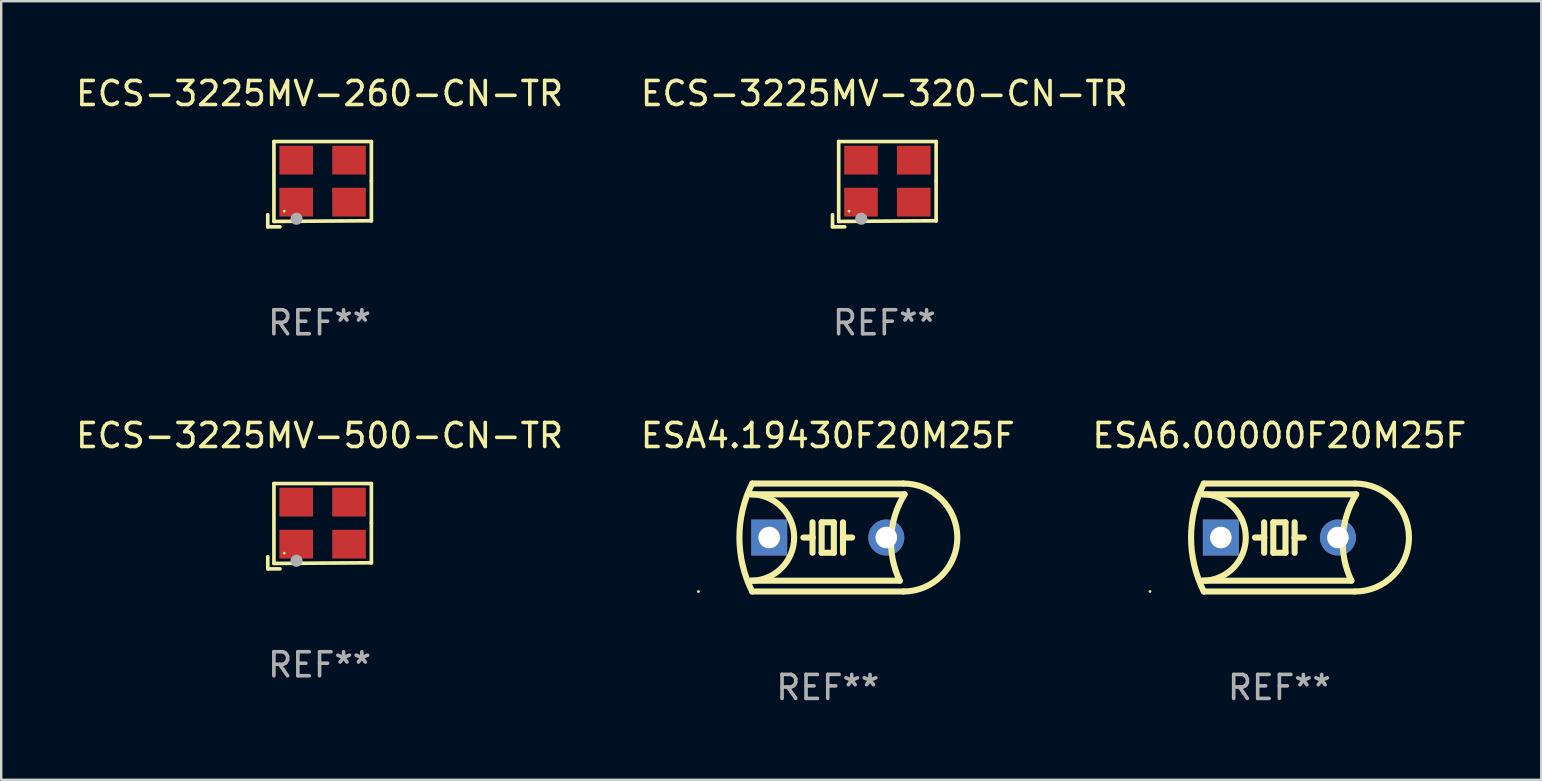
<source format=kicad_pcb>
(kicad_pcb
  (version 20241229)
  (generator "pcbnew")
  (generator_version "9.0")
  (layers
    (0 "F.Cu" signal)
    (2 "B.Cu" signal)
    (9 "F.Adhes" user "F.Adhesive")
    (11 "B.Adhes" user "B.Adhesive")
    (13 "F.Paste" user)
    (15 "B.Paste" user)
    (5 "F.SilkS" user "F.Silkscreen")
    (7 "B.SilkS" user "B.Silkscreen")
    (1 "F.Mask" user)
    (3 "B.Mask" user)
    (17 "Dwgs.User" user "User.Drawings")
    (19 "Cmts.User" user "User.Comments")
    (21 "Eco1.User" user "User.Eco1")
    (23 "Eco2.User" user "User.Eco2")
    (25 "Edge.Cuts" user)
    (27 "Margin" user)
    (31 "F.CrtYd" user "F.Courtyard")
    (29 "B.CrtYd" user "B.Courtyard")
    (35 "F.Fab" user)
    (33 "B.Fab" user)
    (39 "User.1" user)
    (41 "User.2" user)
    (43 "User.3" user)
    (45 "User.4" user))
  (footprint "ESA4.19430F20M25F"
    (layer "F.Cu")
    (at 31.446 19.351)
    (property "Reference" "ESA4.19430F20M25F" (at 0 -4.25 0) (layer "F.SilkS") (effects (font (size 1 1) (thickness 0.15))))
    (attr through_hole)
    (fp_line (start -3.2 -1.8) (end 3.2 -1.8) (stroke (width 0.254) (type solid)) (layer "F.SilkS"))
    (fp_line (start -3.15 2.25) (end 3.15 2.25) (stroke (width 0.254) (type solid)) (layer "F.SilkS"))
    (fp_line (start -0.635 -0.635) (end -0.635 0) (stroke (width 0.254) (type solid)) (layer "F.SilkS"))
    (fp_line (start -0.635 0) (end -1.016 0) (stroke (width 0.254) (type solid)) (layer "F.SilkS"))
    (fp_line (start -0.635 0) (end -0.635 0.635) (stroke (width 0.254) (type solid)) (layer "F.SilkS"))
    (fp_line (start -0.254 -0.635) (end -0.254 0.635) (stroke (width 0.254) (type solid)) (layer "F.SilkS"))
    (fp_line (start -0.254 0.635) (end 0.254 0.635) (stroke (width 0.254) (type solid)) (layer "F.SilkS"))
    (fp_line (start 0.254 -0.635) (end -0.254 -0.635) (stroke (width 0.254) (type solid)) (layer "F.SilkS"))
    (fp_line (start 0.254 0.635) (end 0.254 -0.635) (stroke (width 0.254) (type solid)) (layer "F.SilkS"))
    (fp_line (start 0.635 -0.635) (end 0.635 0) (stroke (width 0.254) (type solid)) (layer "F.SilkS"))
    (fp_line (start 0.635 0) (end 0.635 0.635) (stroke (width 0.254) (type solid)) (layer "F.SilkS"))
    (fp_line (start 0.635 0) (end 1.016 0) (stroke (width 0.254) (type solid)) (layer "F.SilkS"))
    (fp_line (start 3 1.8) (end -3.2 1.8) (stroke (width 0.254) (type solid)) (layer "F.SilkS"))
    (fp_line (start 3.15 -2.25) (end -3.15 -2.25) (stroke (width 0.254) (type solid)) (layer "F.SilkS"))
    (fp_arc (start -3.200406 -1.800864) (mid -1.399974 -0.000635) (end -3.2 1.8) (stroke (width 0.254001) (type solid)) (layer "F.SilkS"))
    (fp_arc (start -3.149606 2.250444) (mid -3.680941 0.000261) (end -3.149987 -2.250013) (stroke (width 0.254001) (type solid)) (layer "F.SilkS"))
    (fp_arc (start 2.999746 1.800863) (mid 2.642982 -0.024977) (end 3.2 -1.8) (stroke (width 0.254001) (type solid)) (layer "F.SilkS"))
    (fp_arc (start 3.149607 -2.250445) (mid 5.399848 -0.000406) (end 3.149987 2.250013) (stroke (width 0.254001) (type solid)) (layer "F.SilkS"))
    (fp_circle (center -5.392 2.25) (end -5.362 2.25) (stroke (width 0.06) (type solid)) (fill no) (layer "F.SilkS"))
    (fp_text user "REF**" (at 0 6.25 0) (layer "F.Fab") (effects (font (size 1 1) (thickness 0.15))))
    (pad "1" thru_hole rect (at -2.44 0) (size 1.5 1.5) (drill 0.9) (layers "*.Cu" "*.Mask"))
    (pad "2" thru_hole circle (at 2.44 0) (size 1.5 1.5) (drill 0.9) (layers "*.Cu" "*.Mask")))
  (footprint "ECS-3225MV-260-CN-TR"
    (layer "F.Cu")
    (at 10.268 4.626)
    (property "Reference" "ECS-3225MV-260-CN-TR" (at 0 -3.778 0) (layer "F.SilkS") (effects (font (size 1 1) (thickness 0.15))))
    (attr through_hole)
    (fp_line (start -2.159 1.27) (end -2.159 1.778) (stroke (width 0.152) (type solid)) (layer "F.SilkS"))
    (fp_line (start -2.159 1.778) (end -1.651 1.778) (stroke (width 0.152) (type solid)) (layer "F.SilkS"))
    (fp_line (start -1.902 -1.778) (end 2.159 -1.778) (stroke (width 0.152) (type solid)) (layer "F.SilkS"))
    (fp_line (start -1.902 1.552) (end -1.902 -1.778) (stroke (width 0.152) (type solid)) (layer "F.SilkS"))
    (fp_line (start 2.159 -1.778) (end 2.159 -0.127) (stroke (width 0.152) (type solid)) (layer "F.SilkS"))
    (fp_line (start 2.159 -0.127) (end 2.159 1.524) (stroke (width 0.152) (type solid)) (layer "F.SilkS"))
    (fp_line (start 2.159 1.524) (end -1.902 1.552) (stroke (width 0.152) (type solid)) (layer "F.SilkS"))
    (fp_line (start 2.159 1.524) (end 2.159 1.524) (stroke (width 0.152) (type solid)) (layer "F.SilkS"))
    (fp_circle (center -1.473 1.123) (end -1.443 1.123) (stroke (width 0.06) (type solid)) (fill no) (layer "F.SilkS"))
    (fp_circle (center -0.961 1.44) (end -0.834 1.44) (stroke (width 0.254) (type solid)) (fill no) (layer "F.Fab"))
    (fp_text user "REF**" (at 0 5.778 0) (layer "F.Fab") (effects (font (size 1 1) (thickness 0.15))))
    (pad "1" smd rect (at -0.973 0.748) (size 1.4 1.2) (layers "F.Cu" "F.Mask" "F.Paste"))
    (pad "2" smd rect (at 1.227 0.748) (size 1.4 1.2) (layers "F.Cu" "F.Mask" "F.Paste"))
    (pad "3" smd rect (at 1.227 -1.002) (size 1.4 1.2) (layers "F.Cu" "F.Mask" "F.Paste"))
    (pad "4" smd rect (at -0.973 -1.002) (size 1.4 1.2) (layers "F.Cu" "F.Mask" "F.Paste")))
  (footprint "ESA6.00000F20M25F"
    (layer "F.Cu")
    (at 50.268 19.351)
    (property "Reference" "ESA6.00000F20M25F" (at 0 -4.25 0) (layer "F.SilkS") (effects (font (size 1 1) (thickness 0.15))))
    (attr through_hole)
    (fp_line (start -3.2 -1.8) (end 3.2 -1.8) (stroke (width 0.254) (type solid)) (layer "F.SilkS"))
    (fp_line (start -3.15 2.25) (end 3.15 2.25) (stroke (width 0.254) (type solid)) (layer "F.SilkS"))
    (fp_line (start -0.635 -0.635) (end -0.635 0) (stroke (width 0.254) (type solid)) (layer "F.SilkS"))
    (fp_line (start -0.635 0) (end -1.016 0) (stroke (width 0.254) (type solid)) (layer "F.SilkS"))
    (fp_line (start -0.635 0) (end -0.635 0.635) (stroke (width 0.254) (type solid)) (layer "F.SilkS"))
    (fp_line (start -0.254 -0.635) (end -0.254 0.635) (stroke (width 0.254) (type solid)) (layer "F.SilkS"))
    (fp_line (start -0.254 0.635) (end 0.254 0.635) (stroke (width 0.254) (type solid)) (layer "F.SilkS"))
    (fp_line (start 0.254 -0.635) (end -0.254 -0.635) (stroke (width 0.254) (type solid)) (layer "F.SilkS"))
    (fp_line (start 0.254 0.635) (end 0.254 -0.635) (stroke (width 0.254) (type solid)) (layer "F.SilkS"))
    (fp_line (start 0.635 -0.635) (end 0.635 0) (stroke (width 0.254) (type solid)) (layer "F.SilkS"))
    (fp_line (start 0.635 0) (end 0.635 0.635) (stroke (width 0.254) (type solid)) (layer "F.SilkS"))
    (fp_line (start 0.635 0) (end 1.016 0) (stroke (width 0.254) (type solid)) (layer "F.SilkS"))
    (fp_line (start 3 1.8) (end -3.2 1.8) (stroke (width 0.254) (type solid)) (layer "F.SilkS"))
    (fp_line (start 3.15 -2.25) (end -3.15 -2.25) (stroke (width 0.254) (type solid)) (layer "F.SilkS"))
    (fp_arc (start -3.200406 -1.800864) (mid -1.399974 -0.000635) (end -3.2 1.8) (stroke (width 0.254001) (type solid)) (layer "F.SilkS"))
    (fp_arc (start -3.149606 2.250444) (mid -3.680941 0.000261) (end -3.149987 -2.250013) (stroke (width 0.254001) (type solid)) (layer "F.SilkS"))
    (fp_arc (start 2.999746 1.800863) (mid 2.642982 -0.024977) (end 3.2 -1.8) (stroke (width 0.254001) (type solid)) (layer "F.SilkS"))
    (fp_arc (start 3.149607 -2.250445) (mid 5.399848 -0.000406) (end 3.149987 2.250013) (stroke (width 0.254001) (type solid)) (layer "F.SilkS"))
    (fp_circle (center -5.392 2.25) (end -5.362 2.25) (stroke (width 0.06) (type solid)) (fill no) (layer "F.SilkS"))
    (fp_text user "REF**" (at 0 6.25 0) (layer "F.Fab") (effects (font (size 1 1) (thickness 0.15))))
    (pad "1" thru_hole rect (at -2.44 0) (size 1.5 1.5) (drill 0.9) (layers "*.Cu" "*.Mask"))
    (pad "2" thru_hole circle (at 2.44 0) (size 1.5 1.5) (drill 0.9) (layers "*.Cu" "*.Mask")))
  (footprint "ECS-3225MV-500-CN-TR"
    (layer "F.Cu")
    (at 10.268 18.879)
    (property "Reference" "ECS-3225MV-500-CN-TR" (at 0 -3.778 0) (layer "F.SilkS") (effects (font (size 1 1) (thickness 0.15))))
    (attr through_hole)
    (fp_line (start -2.159 1.27) (end -2.159 1.778) (stroke (width 0.152) (type solid)) (layer "F.SilkS"))
    (fp_line (start -2.159 1.778) (end -1.651 1.778) (stroke (width 0.152) (type solid)) (layer "F.SilkS"))
    (fp_line (start -1.902 -1.778) (end 2.159 -1.778) (stroke (width 0.152) (type solid)) (layer "F.SilkS"))
    (fp_line (start -1.902 1.552) (end -1.902 -1.778) (stroke (width 0.152) (type solid)) (layer "F.SilkS"))
    (fp_line (start 2.159 -1.778) (end 2.159 -0.127) (stroke (width 0.152) (type solid)) (layer "F.SilkS"))
    (fp_line (start 2.159 -0.127) (end 2.159 1.524) (stroke (width 0.152) (type solid)) (layer "F.SilkS"))
    (fp_line (start 2.159 1.524) (end -1.902 1.552) (stroke (width 0.152) (type solid)) (layer "F.SilkS"))
    (fp_line (start 2.159 1.524) (end 2.159 1.524) (stroke (width 0.152) (type solid)) (layer "F.SilkS"))
    (fp_circle (center -1.473 1.123) (end -1.443 1.123) (stroke (width 0.06) (type solid)) (fill no) (layer "F.SilkS"))
    (fp_circle (center -0.961 1.44) (end -0.834 1.44) (stroke (width 0.254) (type solid)) (fill no) (layer "F.Fab"))
    (fp_text user "REF**" (at 0 5.778 0) (layer "F.Fab") (effects (font (size 1 1) (thickness 0.15))))
    (pad "1" smd rect (at -0.973 0.748) (size 1.4 1.2) (layers "F.Cu" "F.Mask" "F.Paste"))
    (pad "2" smd rect (at 1.227 0.748) (size 1.4 1.2) (layers "F.Cu" "F.Mask" "F.Paste"))
    (pad "3" smd rect (at 1.227 -1.002) (size 1.4 1.2) (layers "F.Cu" "F.Mask" "F.Paste"))
    (pad "4" smd rect (at -0.973 -1.002) (size 1.4 1.2) (layers "F.Cu" "F.Mask" "F.Paste")))
  (footprint "ECS-3225MV-320-CN-TR"
    (layer "F.Cu")
    (at 33.804 4.626)
    (property "Reference" "ECS-3225MV-320-CN-TR" (at 0 -3.778 0) (layer "F.SilkS") (effects (font (size 1 1) (thickness 0.15))))
    (attr through_hole)
    (fp_line (start -2.159 1.27) (end -2.159 1.778) (stroke (width 0.152) (type solid)) (layer "F.SilkS"))
    (fp_line (start -2.159 1.778) (end -1.651 1.778) (stroke (width 0.152) (type solid)) (layer "F.SilkS"))
    (fp_line (start -1.902 -1.778) (end 2.159 -1.778) (stroke (width 0.152) (type solid)) (layer "F.SilkS"))
    (fp_line (start -1.902 1.552) (end -1.902 -1.778) (stroke (width 0.152) (type solid)) (layer "F.SilkS"))
    (fp_line (start 2.159 -1.778) (end 2.159 -0.127) (stroke (width 0.152) (type solid)) (layer "F.SilkS"))
    (fp_line (start 2.159 -0.127) (end 2.159 1.524) (stroke (width 0.152) (type solid)) (layer "F.SilkS"))
    (fp_line (start 2.159 1.524) (end -1.902 1.552) (stroke (width 0.152) (type solid)) (layer "F.SilkS"))
    (fp_line (start 2.159 1.524) (end 2.159 1.524) (stroke (width 0.152) (type solid)) (layer "F.SilkS"))
    (fp_circle (center -1.473 1.123) (end -1.443 1.123) (stroke (width 0.06) (type solid)) (fill no) (layer "F.SilkS"))
    (fp_circle (center -0.961 1.44) (end -0.834 1.44) (stroke (width 0.254) (type solid)) (fill no) (layer "F.Fab"))
    (fp_text user "REF**" (at 0 5.778 0) (layer "F.Fab") (effects (font (size 1 1) (thickness 0.15))))
    (pad "1" smd rect (at -0.973 0.748) (size 1.4 1.2) (layers "F.Cu" "F.Mask" "F.Paste"))
    (pad "2" smd rect (at 1.227 0.748) (size 1.4 1.2) (layers "F.Cu" "F.Mask" "F.Paste"))
    (pad "3" smd rect (at 1.227 -1.002) (size 1.4 1.2) (layers "F.Cu" "F.Mask" "F.Paste"))
    (pad "4" smd rect (at -0.973 -1.002) (size 1.4 1.2) (layers "F.Cu" "F.Mask" "F.Paste")))
  (gr_rect
    (start -3 -3)
    (end 61.179 29.449)
    (stroke (width 0.1) (type default))
    (fill no)
    (layer "Edge.Cuts")))
</source>
